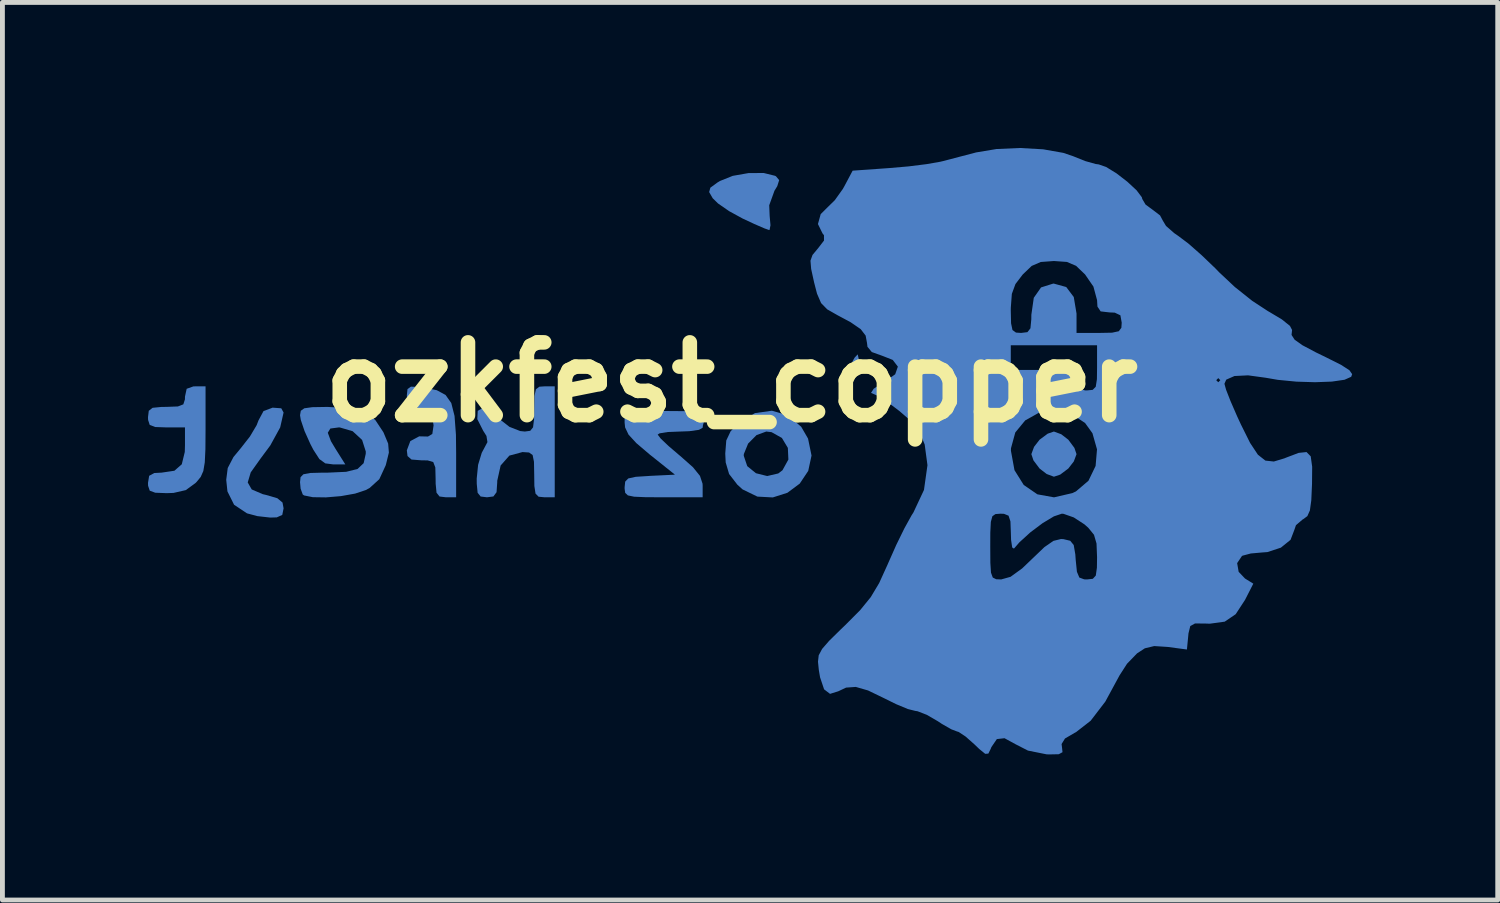
<source format=kicad_pcb>
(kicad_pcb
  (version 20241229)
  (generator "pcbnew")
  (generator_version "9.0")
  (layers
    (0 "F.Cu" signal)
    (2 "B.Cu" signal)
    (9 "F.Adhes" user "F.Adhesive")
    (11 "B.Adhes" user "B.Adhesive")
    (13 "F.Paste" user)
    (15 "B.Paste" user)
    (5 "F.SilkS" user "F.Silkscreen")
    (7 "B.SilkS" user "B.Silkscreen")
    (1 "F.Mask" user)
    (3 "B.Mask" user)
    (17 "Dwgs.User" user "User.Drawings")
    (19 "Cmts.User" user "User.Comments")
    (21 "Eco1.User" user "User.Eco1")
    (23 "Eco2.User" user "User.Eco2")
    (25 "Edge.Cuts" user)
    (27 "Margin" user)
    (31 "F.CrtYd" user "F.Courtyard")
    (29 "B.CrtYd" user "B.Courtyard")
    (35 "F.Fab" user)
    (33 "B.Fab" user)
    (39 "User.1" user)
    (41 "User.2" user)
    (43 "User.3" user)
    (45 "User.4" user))
  (footprint "ozkfest_copper"
    (layer "F.Cu")
    (at 12.023 4.827)
    (property "Reference" "ozkfest_copper" (at 0 0 0) (layer "F.SilkS") (effects (font (size 1.5 1.5) (thickness 0.3))))
    (attr board_only exclude_from_pos_files exclude_from_bom)
    (fp_poly (pts (xy 2.622 -0.49) (xy 2.623 -0.445) (xy 2.593 -0.296) (xy 2.54 -0.254) (xy 2.459 -0.303) (xy 2.457 -0.318) (xy 2.499 -0.436) (xy 2.54 -0.508) (xy 2.602 -0.574)) (stroke (width 0) (type solid)) (fill yes) (layer "B.Cu"))
    (fp_poly (pts (xy 6.797 1.072) (xy 6.943 1.185) (xy 7.068 1.353) (xy 7.112 1.482) (xy 7.056 1.632) (xy 6.943 1.778) (xy 6.775 1.904) (xy 6.646 1.947) (xy 6.496 1.891) (xy 6.35 1.778) (xy 6.224 1.61) (xy 6.181 1.482) (xy 6.237 1.331) (xy 6.35 1.185) (xy 6.518 1.06) (xy 6.646 1.016)) (stroke (width 0) (type solid)) (fill yes) (layer "B.Cu"))
    (fp_poly (pts (xy 0.9 -4.254) (xy 0.919 -4.243) (xy 0.984 -4.165) (xy 0.945 -4.041) (xy 0.887 -3.946) (xy 0.779 -3.647) (xy 0.788 -3.427) (xy 0.805 -3.235) (xy 0.786 -3.139) (xy 0.778 -3.136) (xy 0.677 -3.172) (xy 0.47 -3.262) (xy 0.232 -3.373) (xy -0.048 -3.526) (xy -0.277 -3.685) (xy -0.386 -3.792) (xy -0.459 -3.919) (xy -0.434 -4.009) (xy -0.288 -4.116) (xy -0.237 -4.147) (xy 0.027 -4.253) (xy 0.351 -4.31) (xy 0.665 -4.312)) (stroke (width 0) (type solid)) (fill yes) (layer "B.Cu"))
    (fp_poly (pts (xy -9.277 0.537) (xy -9.229 0.624) (xy -9.299 0.931) (xy -9.503 1.303) (xy -9.702 1.571) (xy -9.906 1.858) (xy -9.968 2.065) (xy -9.886 2.209) (xy -9.658 2.307) (xy -9.588 2.323) (xy -9.357 2.391) (xy -9.251 2.479) (xy -9.229 2.599) (xy -9.256 2.734) (xy -9.369 2.785) (xy -9.504 2.789) (xy -9.77 2.759) (xy -9.983 2.702) (xy -10.249 2.525) (xy -10.386 2.25) (xy -10.411 2.011) (xy -10.38 1.768) (xy -10.262 1.542) (xy -10.111 1.359) (xy -9.923 1.119) (xy -9.784 0.885) (xy -9.746 0.787) (xy -9.643 0.595) (xy -9.456 0.524)) (stroke (width 0) (type solid)) (fill yes) (layer "B.Cu"))
    (fp_poly (pts (xy -6.428 0.098) (xy -6.33 0.111) (xy -6.072 0.164) (xy -5.891 0.262) (xy -5.773 0.429) (xy -5.706 0.694) (xy -5.677 1.082) (xy -5.673 1.449) (xy -5.673 2.371) (xy -5.884 2.371) (xy -6.015 2.355) (xy -6.077 2.277) (xy -6.095 2.092) (xy -6.096 1.99) (xy -6.102 1.756) (xy -6.145 1.645) (xy -6.26 1.611) (xy -6.392 1.609) (xy -6.593 1.593) (xy -6.675 1.521) (xy -6.689 1.403) (xy -6.617 1.213) (xy -6.434 1.115) (xy -6.253 1.119) (xy -6.164 1.066) (xy -6.138 0.889) (xy -6.166 0.703) (xy -6.284 0.6) (xy -6.413 0.554) (xy -6.613 0.464) (xy -6.685 0.326) (xy -6.689 0.268) (xy -6.675 0.141) (xy -6.604 0.091)) (stroke (width 0) (type solid)) (fill yes) (layer "B.Cu"))
    (fp_poly (pts (xy 1.164 0.683) (xy 1.438 0.918) (xy 1.579 1.161) (xy 1.651 1.511) (xy 1.583 1.827) (xy 1.408 2.089) (xy 1.154 2.278) (xy 0.853 2.374) (xy 0.535 2.357) (xy 0.229 2.208) (xy 0.122 2.111) (xy -0.048 1.891) (xy -0.118 1.653) (xy -0.125 1.515) (xy 0.254 1.515) (xy 0.326 1.729) (xy 0.505 1.875) (xy 0.737 1.933) (xy 0.965 1.88) (xy 1.052 1.814) (xy 1.174 1.593) (xy 1.163 1.353) (xy 1.04 1.148) (xy 0.827 1.029) (xy 0.718 1.016) (xy 0.518 1.089) (xy 0.344 1.264) (xy 0.256 1.48) (xy 0.254 1.515) (xy -0.125 1.515) (xy -0.127 1.469) (xy -0.106 1.2) (xy -0.016 1.01) (xy 0.15 0.84) (xy 0.485 0.636) (xy 0.835 0.587)) (stroke (width 0) (type solid)) (fill yes) (layer "B.Cu"))
    (fp_poly (pts (xy -10.837 0.978) (xy -10.84 1.381) (xy -10.853 1.652) (xy -10.883 1.83) (xy -10.937 1.952) (xy -11.023 2.056) (xy -11.045 2.078) (xy -11.244 2.223) (xy -11.497 2.281) (xy -11.638 2.286) (xy -11.874 2.277) (xy -11.987 2.235) (xy -12.021 2.134) (xy -12.023 2.074) (xy -11.999 1.928) (xy -11.893 1.871) (xy -11.743 1.863) (xy -11.479 1.824) (xy -11.327 1.691) (xy -11.265 1.437) (xy -11.261 1.295) (xy -11.261 0.931) (xy -11.642 0.931) (xy -11.877 0.923) (xy -11.988 0.879) (xy -12.021 0.777) (xy -12.023 0.72) (xy -12.007 0.589) (xy -11.929 0.527) (xy -11.744 0.509) (xy -11.642 0.508) (xy -11.407 0.499) (xy -11.295 0.456) (xy -11.262 0.353) (xy -11.261 0.296) (xy -11.226 0.135) (xy -11.088 0.086) (xy -11.049 0.085) (xy -10.837 0.085)) (stroke (width 0) (type solid)) (fill yes) (layer "B.Cu"))
    (fp_poly (pts (xy -0.957 0.596) (xy -0.71 0.608) (xy -0.578 0.634) (xy -0.533 0.678) (xy -0.541 0.727) (xy -0.587 0.888) (xy -0.593 0.938) (xy -0.669 0.981) (xy -0.867 1.009) (xy -1.058 1.016) (xy -1.312 1.026) (xy -1.48 1.053) (xy -1.52 1.079) (xy -1.457 1.161) (xy -1.295 1.315) (xy -1.069 1.508) (xy -1.054 1.52) (xy -0.792 1.752) (xy -0.648 1.93) (xy -0.595 2.091) (xy -0.593 2.134) (xy -0.593 2.371) (xy -1.397 2.371) (xy -1.77 2.369) (xy -2.005 2.359) (xy -2.134 2.332) (xy -2.189 2.28) (xy -2.201 2.195) (xy -2.201 2.163) (xy -2.189 2.048) (xy -2.126 1.983) (xy -1.972 1.949) (xy -1.69 1.931) (xy -1.683 1.93) (xy -1.164 1.905) (xy -1.683 1.49) (xy -1.959 1.255) (xy -2.12 1.08) (xy -2.191 0.931) (xy -2.201 0.833) (xy -2.201 0.593) (xy -1.346 0.593)) (stroke (width 0) (type solid)) (fill yes) (layer "B.Cu"))
    (fp_poly (pts (xy -3.641 1.228) (xy -3.641 2.371) (xy -3.852 2.371) (xy -3.974 2.359) (xy -4.037 2.295) (xy -4.061 2.138) (xy -4.064 1.905) (xy -4.069 1.639) (xy -4.097 1.5) (xy -4.17 1.448) (xy -4.305 1.439) (xy -4.576 1.512) (xy -4.756 1.716) (xy -4.826 2.031) (xy -4.826 2.06) (xy -4.84 2.266) (xy -4.905 2.354) (xy -5.038 2.371) (xy -5.168 2.355) (xy -5.23 2.278) (xy -5.248 2.094) (xy -5.249 1.987) (xy -5.22 1.701) (xy -5.145 1.454) (xy -5.115 1.398) (xy -5.028 1.234) (xy -5.048 1.107) (xy -5.115 1.001) (xy -5.237 0.76) (xy -5.228 0.59) (xy -5.09 0.511) (xy -5.038 0.508) (xy -4.87 0.551) (xy -4.826 0.63) (xy -4.753 0.78) (xy -4.575 0.919) (xy -4.353 1.006) (xy -4.257 1.016) (xy -4.146 1.001) (xy -4.088 0.929) (xy -4.067 0.758) (xy -4.064 0.55) (xy -4.059 0.284) (xy -4.029 0.145) (xy -3.958 0.092) (xy -3.852 0.085) (xy -3.641 0.085)) (stroke (width 0) (type solid)) (fill yes) (layer "B.Cu"))
    (fp_poly (pts (xy -8.319 0.509) (xy -7.877 0.534) (xy -7.564 0.617) (xy -7.342 0.774) (xy -7.176 1.024) (xy -7.168 1.039) (xy -7.074 1.264) (xy -7.059 1.45) (xy -7.118 1.69) (xy -7.126 1.716) (xy -7.256 1.998) (xy -7.457 2.18) (xy -7.535 2.222) (xy -7.755 2.295) (xy -8.047 2.347) (xy -8.356 2.373) (xy -8.627 2.369) (xy -8.806 2.333) (xy -8.834 2.314) (xy -8.878 2.193) (xy -8.89 2.06) (xy -8.879 1.956) (xy -8.821 1.897) (xy -8.679 1.87) (xy -8.416 1.863) (xy -8.314 1.863) (xy -7.939 1.846) (xy -7.704 1.787) (xy -7.579 1.668) (xy -7.536 1.476) (xy -7.535 1.427) (xy -7.611 1.189) (xy -7.806 1.009) (xy -8.07 0.932) (xy -8.09 0.931) (xy -8.265 0.954) (xy -8.318 1.041) (xy -8.253 1.215) (xy -8.164 1.364) (xy -7.957 1.693) (xy -8.21 1.693) (xy -8.37 1.672) (xy -8.491 1.584) (xy -8.615 1.392) (xy -8.677 1.273) (xy -8.797 1.006) (xy -8.874 0.777) (xy -8.89 0.68) (xy -8.874 0.588) (xy -8.802 0.537) (xy -8.637 0.514) (xy -8.342 0.509)) (stroke (width 0) (type solid)) (fill yes) (layer "B.Cu"))
    (fp_poly (pts (xy 6.425 -4.8) (xy 6.838 -4.727) (xy 7.039 -4.659) (xy 7.294 -4.557) (xy 7.508 -4.497) (xy 7.569 -4.489) (xy 7.722 -4.436) (xy 7.935 -4.305) (xy 8.159 -4.132) (xy 8.349 -3.956) (xy 8.457 -3.813) (xy 8.467 -3.776) (xy 8.534 -3.662) (xy 8.678 -3.556) (xy 8.833 -3.438) (xy 8.89 -3.331) (xy 8.956 -3.221) (xy 9.122 -3.075) (xy 9.207 -3.016) (xy 9.416 -2.859) (xy 9.688 -2.62) (xy 9.974 -2.346) (xy 10.051 -2.266) (xy 10.375 -1.962) (xy 10.733 -1.677) (xy 11.057 -1.465) (xy 11.084 -1.45) (xy 11.343 -1.295) (xy 11.51 -1.161) (xy 11.554 -1.077) (xy 11.543 -0.975) (xy 11.606 -0.877) (xy 11.766 -0.763) (xy 12.047 -0.614) (xy 12.253 -0.514) (xy 12.562 -0.359) (xy 12.735 -0.248) (xy 12.792 -0.166) (xy 12.772 -0.112) (xy 12.635 -0.051) (xy 12.373 -0.013) (xy 12.028 -0.00036) (xy 11.644 -0.012) (xy 11.262 -0.049) (xy 11.006 -0.093) (xy 10.647 -0.142) (xy 10.367 -0.128) (xy 10.197 -0.053) (xy 10.16 0.032) (xy 10.194 0.155) (xy 10.286 0.39) (xy 10.419 0.696) (xy 10.498 0.867) (xy 10.689 1.251) (xy 10.85 1.494) (xy 11.004 1.615) (xy 11.178 1.634) (xy 11.397 1.568) (xy 11.428 1.555) (xy 11.689 1.456) (xy 11.852 1.439) (xy 11.938 1.527) (xy 11.968 1.741) (xy 11.965 2.094) (xy 11.95 2.433) (xy 11.921 2.642) (xy 11.869 2.759) (xy 11.783 2.823) (xy 11.773 2.827) (xy 11.634 2.946) (xy 11.599 3.048) (xy 11.522 3.248) (xy 11.323 3.409) (xy 11.048 3.5) (xy 10.94 3.508) (xy 10.704 3.529) (xy 10.534 3.574) (xy 10.52 3.582) (xy 10.422 3.728) (xy 10.453 3.907) (xy 10.584 4.045) (xy 10.755 4.151) (xy 10.584 4.486) (xy 10.392 4.78) (xy 10.166 4.934) (xy 9.859 4.976) (xy 9.766 4.973) (xy 9.554 4.971) (xy 9.456 5.025) (xy 9.419 5.175) (xy 9.414 5.23) (xy 9.387 5.508) (xy 8.99 5.455) (xy 8.713 5.437) (xy 8.52 5.483) (xy 8.359 5.588) (xy 8.153 5.801) (xy 7.999 6.04) (xy 7.705 6.582) (xy 7.403 6.976) (xy 7.1 7.212) (xy 7.081 7.221) (xy 6.874 7.342) (xy 6.804 7.456) (xy 6.813 7.528) (xy 6.823 7.624) (xy 6.746 7.666) (xy 6.545 7.67) (xy 6.494 7.668) (xy 6.111 7.591) (xy 5.857 7.461) (xy 5.628 7.336) (xy 5.47 7.354) (xy 5.357 7.52) (xy 5.343 7.556) (xy 5.295 7.653) (xy 5.23 7.658) (xy 5.107 7.558) (xy 5.007 7.462) (xy 4.825 7.301) (xy 4.683 7.207) (xy 4.649 7.197) (xy 4.531 7.152) (xy 4.337 7.041) (xy 4.252 6.985) (xy 4.026 6.854) (xy 3.835 6.78) (xy 3.789 6.773) (xy 3.637 6.735) (xy 3.396 6.635) (xy 3.161 6.519) (xy 2.816 6.352) (xy 2.563 6.279) (xy 2.363 6.293) (xy 2.202 6.369) (xy 2.032 6.422) (xy 1.91 6.329) (xy 1.827 6.082) (xy 1.801 5.929) (xy 1.784 5.759) (xy 1.799 5.627) (xy 1.869 5.496) (xy 2.013 5.33) (xy 2.253 5.094) (xy 2.343 5.008) (xy 2.652 4.698) (xy 2.871 4.429) (xy 3.045 4.138) (xy 3.215 3.764) (xy 3.232 3.725) (xy 3.382 3.387) (xy 5.334 3.387) (xy 5.336 3.723) (xy 5.349 3.924) (xy 5.386 4.025) (xy 5.457 4.06) (xy 5.559 4.064) (xy 5.752 4.01) (xy 5.991 3.837) (xy 6.201 3.636) (xy 6.451 3.397) (xy 6.636 3.269) (xy 6.792 3.231) (xy 6.844 3.234) (xy 6.982 3.267) (xy 7.054 3.355) (xy 7.087 3.547) (xy 7.095 3.662) (xy 7.12 3.906) (xy 7.17 4.025) (xy 7.27 4.062) (xy 7.328 4.064) (xy 7.448 4.051) (xy 7.509 3.984) (xy 7.532 3.822) (xy 7.535 3.606) (xy 7.524 3.324) (xy 7.472 3.144) (xy 7.354 2.999) (xy 7.275 2.929) (xy 7.055 2.786) (xy 6.844 2.712) (xy 6.809 2.709) (xy 6.646 2.764) (xy 6.413 2.904) (xy 6.16 3.094) (xy 5.935 3.299) (xy 5.822 3.429) (xy 5.786 3.405) (xy 5.763 3.249) (xy 5.759 3.111) (xy 5.75 2.868) (xy 5.711 2.75) (xy 5.617 2.712) (xy 5.546 2.709) (xy 5.441 2.717) (xy 5.378 2.761) (xy 5.346 2.878) (xy 5.335 3.101) (xy 5.334 3.387) (xy 3.382 3.387) (xy 3.394 3.359) (xy 3.564 3.012) (xy 3.712 2.744) (xy 3.751 2.683) (xy 3.968 2.22) (xy 4.04 1.709) (xy 4 1.412) (xy 5.76 1.412) (xy 5.833 1.812) (xy 6.024 2.117) (xy 6.305 2.31) (xy 6.648 2.372) (xy 7.025 2.285) (xy 7.1 2.25) (xy 7.358 2.03) (xy 7.505 1.725) (xy 7.534 1.383) (xy 7.44 1.051) (xy 7.288 0.84) (xy 6.99 0.642) (xy 6.661 0.576) (xy 6.336 0.629) (xy 6.054 0.787) (xy 5.85 1.035) (xy 5.761 1.361) (xy 5.76 1.412) (xy 4 1.412) (xy 3.983 1.284) (xy 3.877 1.024) (xy 3.688 0.789) (xy 3.46 0.592) (xy 3.228 0.417) (xy 3.044 0.295) (xy 2.956 0.254) (xy 2.877 0.22) (xy 2.932 0.134) (xy 3.101 0.021) (xy 3.156 -0.008) (xy 3.375 -0.164) (xy 3.43 -0.322) (xy 3.324 -0.46) (xy 3.111 -0.544) (xy 2.893 -0.622) (xy 2.803 -0.731) (xy 2.8 -0.762) (xy 5.757 -0.762) (xy 5.757 -0.508) (xy 5.757 -0.254) (xy 6.435 -0.254) (xy 6.771 -0.252) (xy 6.972 -0.238) (xy 7.073 -0.201) (xy 7.108 -0.132) (xy 7.112 -0.042) (xy 7.147 0.119) (xy 7.285 0.168) (xy 7.324 0.169) (xy 7.445 0.157) (xy 7.508 0.093) (xy 7.529 -0.042) (xy 9.991 -0.042) (xy 10.033 0) (xy 10.075 -0.042) (xy 10.033 -0.085) (xy 9.991 -0.042) (xy 7.529 -0.042) (xy 7.532 -0.064) (xy 7.535 -0.296) (xy 7.535 -0.762) (xy 6.646 -0.762) (xy 5.757 -0.762) (xy 2.8 -0.762) (xy 2.794 -0.809) (xy 2.766 -0.961) (xy 2.664 -1.094) (xy 2.456 -1.237) (xy 2.185 -1.382) (xy 2.013 -1.48) (xy 5.757 -1.48) (xy 5.763 -1.214) (xy 5.792 -1.076) (xy 5.864 -1.023) (xy 5.969 -1.016) (xy 6.1 -1.032) (xy 6.162 -1.111) (xy 6.18 -1.298) (xy 6.181 -1.391) (xy 6.231 -1.74) (xy 6.381 -1.954) (xy 6.629 -2.032) (xy 6.646 -2.032) (xy 6.9 -1.962) (xy 7.055 -1.756) (xy 7.112 -1.415) (xy 7.112 -1.391) (xy 7.112 -1.016) (xy 7.578 -1.016) (xy 7.844 -1.021) (xy 7.983 -1.051) (xy 8.036 -1.122) (xy 8.043 -1.228) (xy 8.016 -1.379) (xy 7.9 -1.434) (xy 7.789 -1.439) (xy 7.609 -1.46) (xy 7.543 -1.559) (xy 7.535 -1.692) (xy 7.46 -1.971) (xy 7.288 -2.221) (xy 7.102 -2.399) (xy 6.914 -2.479) (xy 6.646 -2.498) (xy 6.375 -2.478) (xy 6.188 -2.397) (xy 6.004 -2.221) (xy 5.853 -2.023) (xy 5.779 -1.821) (xy 5.758 -1.54) (xy 5.757 -1.48) (xy 2.013 -1.48) (xy 1.974 -1.502) (xy 1.848 -1.631) (xy 1.764 -1.825) (xy 1.704 -2.057) (xy 1.643 -2.335) (xy 1.629 -2.505) (xy 1.671 -2.623) (xy 1.773 -2.746) (xy 1.783 -2.757) (xy 1.908 -2.92) (xy 1.907 -3.03) (xy 1.878 -3.066) (xy 1.783 -3.26) (xy 1.84 -3.465) (xy 1.968 -3.592) (xy 2.131 -3.752) (xy 2.296 -3.983) (xy 2.329 -4.042) (xy 2.498 -4.36) (xy 3.26 -4.414) (xy 3.65 -4.448) (xy 4.018 -4.494) (xy 4.3 -4.543) (xy 4.36 -4.557) (xy 4.684 -4.642) (xy 5.014 -4.728) (xy 5.038 -4.735) (xy 5.464 -4.806) (xy 5.946 -4.827)) (stroke (width 0) (type solid)) (fill yes) (layer "B.Cu")))
  (gr_rect
    (start -3 -3)
    (end 27.815 15.497)
    (stroke (width 0.1) (type default))
    (fill no)
    (layer "Edge.Cuts")))
</source>
